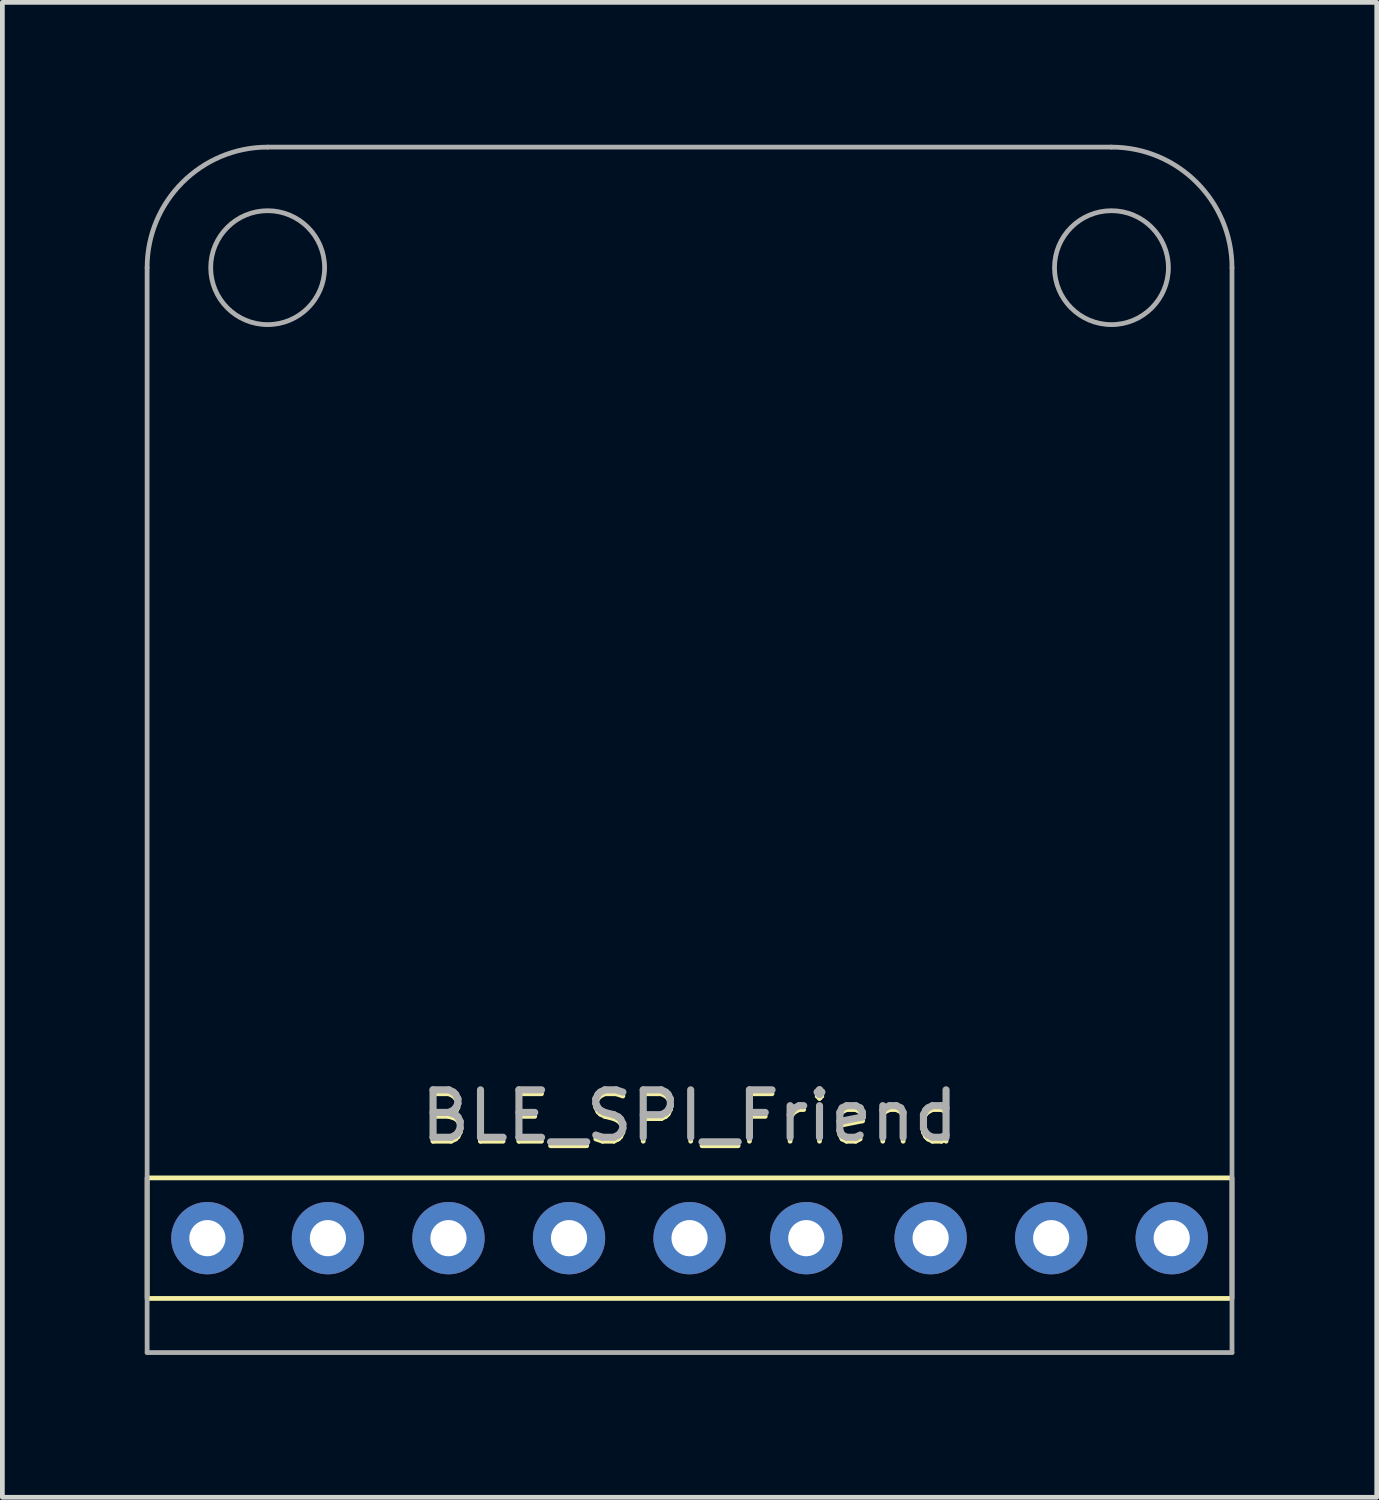
<source format=kicad_pcb>
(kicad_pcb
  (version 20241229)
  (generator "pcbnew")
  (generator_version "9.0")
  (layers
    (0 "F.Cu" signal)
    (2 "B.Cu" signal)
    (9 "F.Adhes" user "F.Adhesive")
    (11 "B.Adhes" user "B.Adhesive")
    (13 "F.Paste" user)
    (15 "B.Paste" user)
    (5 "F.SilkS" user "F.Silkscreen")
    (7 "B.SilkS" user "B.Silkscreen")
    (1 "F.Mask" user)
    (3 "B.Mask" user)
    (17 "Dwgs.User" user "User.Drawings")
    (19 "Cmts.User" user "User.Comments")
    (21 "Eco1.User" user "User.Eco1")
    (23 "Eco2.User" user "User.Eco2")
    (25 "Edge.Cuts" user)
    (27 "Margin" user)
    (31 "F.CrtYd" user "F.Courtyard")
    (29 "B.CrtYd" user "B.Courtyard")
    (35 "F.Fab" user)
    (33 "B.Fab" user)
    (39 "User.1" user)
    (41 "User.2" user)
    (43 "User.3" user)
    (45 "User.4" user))
  (footprint "BLE_SPI_Friend"
    (layer "F.Cu")
    (at 11.48 23.04)
    (property "Reference" "BLE_SPI_Friend" (at 0 -2.5 0) (unlocked yes) (layer "F.SilkS") (effects (font (size 1 1) (thickness 0.1))))
    (attr through_hole exclude_from_bom)
    (fp_rect (start -11.43 -1.27) (end 11.43 1.27) (stroke (width 0.1) (type default)) (fill no) (layer "F.SilkS"))
    (fp_line (start -11.43 -20.45) (end -11.43 2.41) (stroke (width 0.1) (type default)) (layer "F.Fab"))
    (fp_line (start -11.43 2.41) (end 11.43 2.41) (stroke (width 0.1) (type default)) (layer "F.Fab"))
    (fp_line (start 8.89 -22.99) (end -8.89 -22.99) (stroke (width 0.1) (type default)) (layer "F.Fab"))
    (fp_line (start 11.43 2.41) (end 11.43 -20.45) (stroke (width 0.1) (type default)) (layer "F.Fab"))
    (fp_arc (start -11.43 -20.45) (mid -10.686051 -22.246051) (end -8.89 -22.99) (stroke (width 0.1) (type default)) (layer "F.Fab"))
    (fp_arc (start 8.89 -22.99) (mid 10.686051 -22.246051) (end 11.43 -20.45) (stroke (width 0.1) (type default)) (layer "F.Fab"))
    (fp_circle (center -8.89 -20.45) (end -7.69 -20.45) (stroke (width 0.1) (type default)) (fill no) (layer "F.Fab"))
    (fp_circle (center 8.89 -20.45) (end 10.09 -20.45) (stroke (width 0.1) (type default)) (fill no) (layer "F.Fab"))
    (fp_text user "${REFERENCE}" (at 0 -2.58 0) (unlocked yes) (layer "F.Fab") (effects (font (size 1 1) (thickness 0.15))))
    (pad "1" thru_hole circle (at -10.16 0) (size 1.524 1.524) (drill 0.762) (layers "*.Cu" "*.Mask"))
    (pad "2" thru_hole circle (at -7.62 0) (size 1.524 1.524) (drill 0.762) (layers "*.Cu" "*.Mask"))
    (pad "3" thru_hole circle (at -5.08 0) (size 1.524 1.524) (drill 0.762) (layers "*.Cu" "*.Mask"))
    (pad "4" thru_hole circle (at -2.54 0) (size 1.524 1.524) (drill 0.762) (layers "*.Cu" "*.Mask"))
    (pad "5" thru_hole circle (at 0 0) (size 1.524 1.524) (drill 0.762) (layers "*.Cu" "*.Mask"))
    (pad "6" thru_hole circle (at 2.46 0) (size 1.524 1.524) (drill 0.762) (layers "*.Cu" "*.Mask"))
    (pad "7" thru_hole circle (at 5.08 0) (size 1.524 1.524) (drill 0.762) (layers "*.Cu" "*.Mask"))
    (pad "8" thru_hole circle (at 7.62 0) (size 1.524 1.524) (drill 0.762) (layers "*.Cu" "*.Mask"))
    (pad "9" thru_hole circle (at 10.16 0) (size 1.524 1.524) (drill 0.762) (layers "*.Cu" "*.Mask")))
  (gr_rect
    (start -3 -3)
    (end 25.96 28.5)
    (stroke (width 0.1) (type default))
    (fill no)
    (layer "Edge.Cuts")))
</source>
